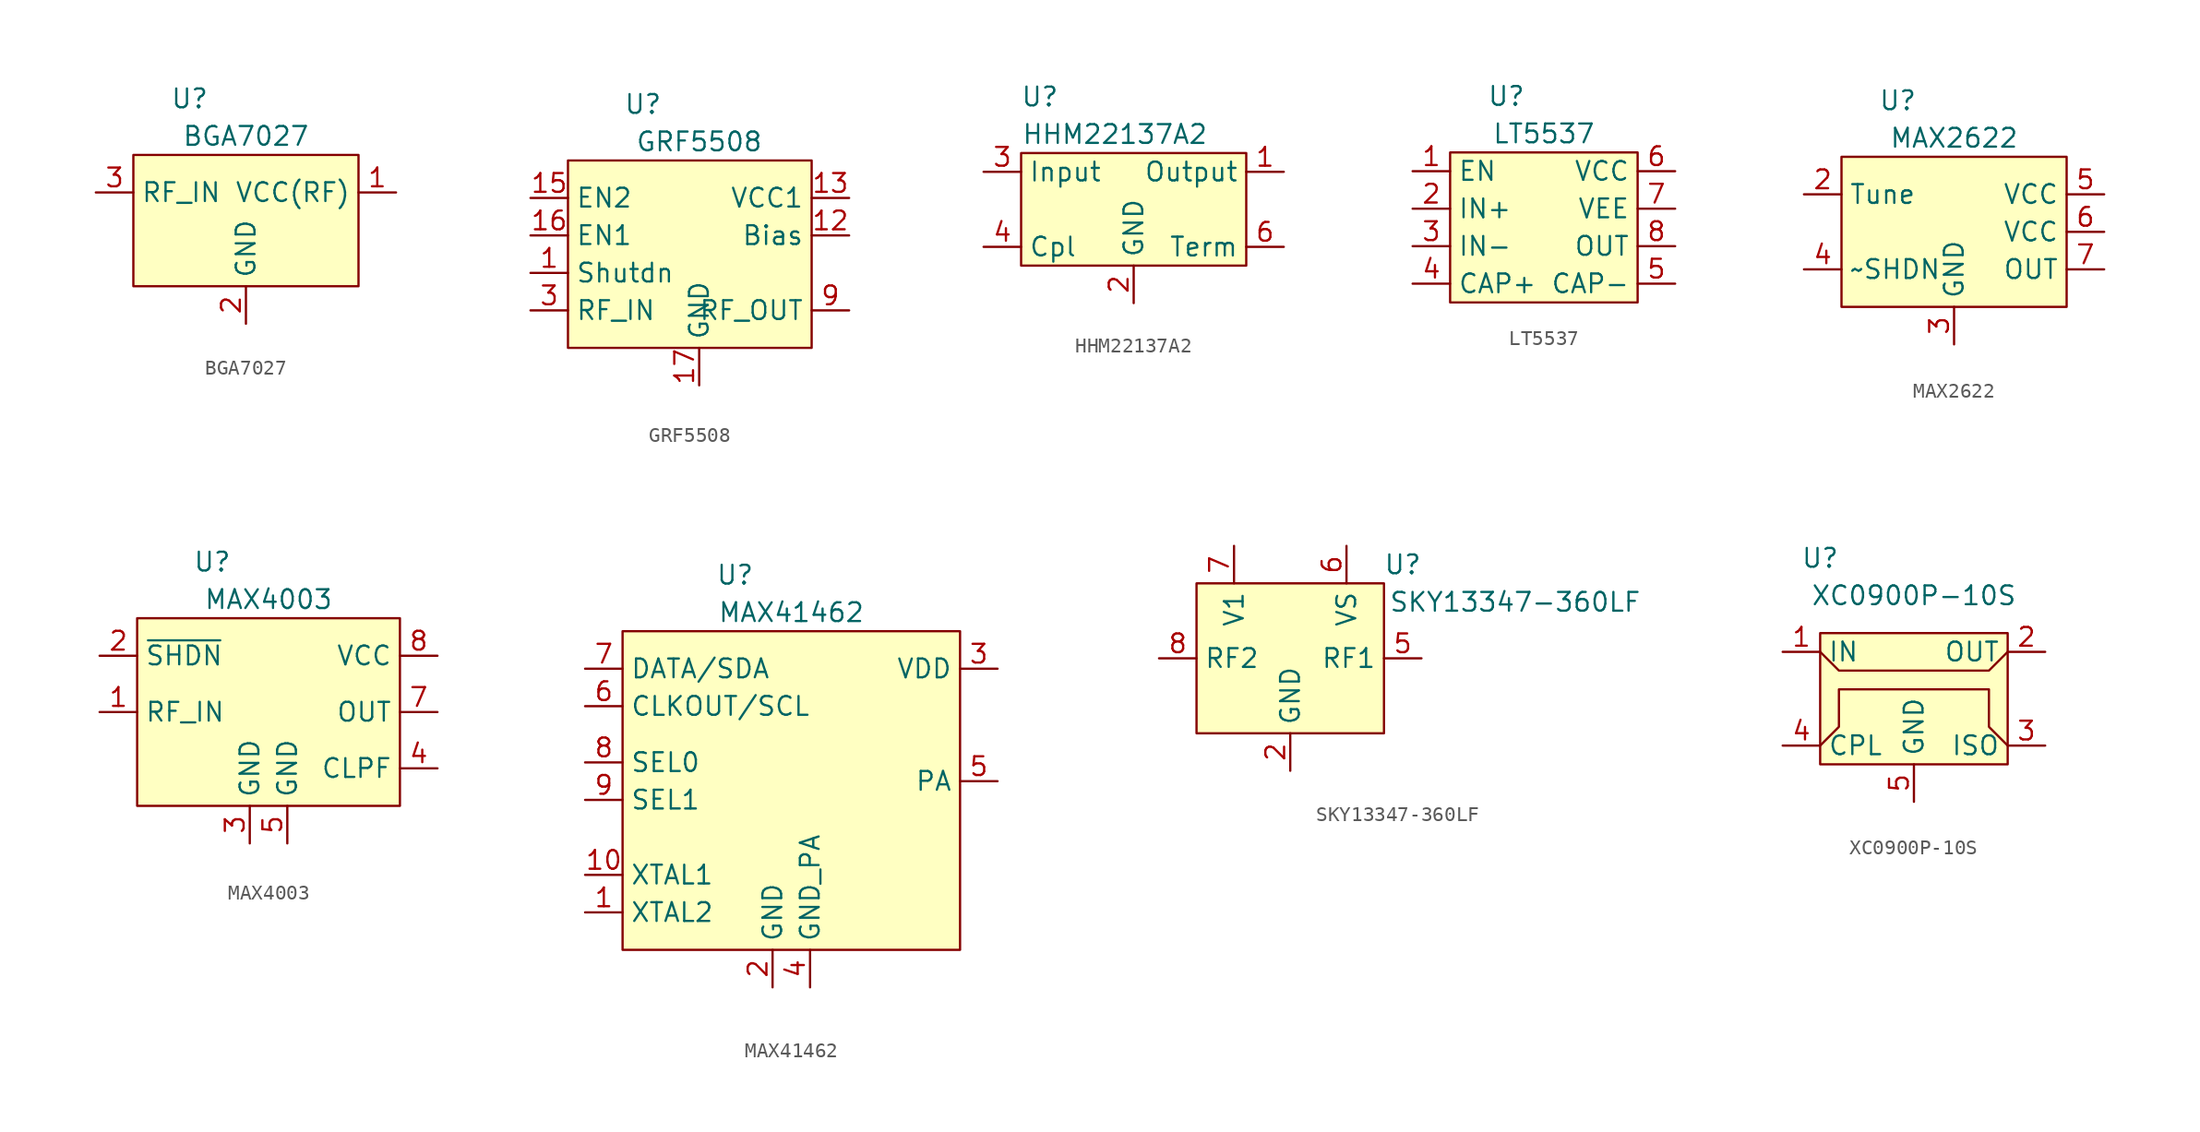
<source format=kicad_sym>
(kicad_symbol_lib
  (version 20211014)
  (generator kicad_symbol_editor)
  (symbol "BGA7027"
    (property "Reference" "U"
      (at -3.81 6.35 0)
      (effects (font (size 1.27 1.27))))
    (property "Value" "BGA7027"
      (at 0 3.81 0)
      (effects (font (size 1.27 1.27))))
    (symbol "BGA7027_0_1"
      (rectangle (start -7.62 2.54) (end 7.62 -6.35) (stroke (width 0) (type default) (color 0 0 0 0)) (fill (type background))))
    (symbol "BGA7027_1_1"
      (pin passive line (at 10.16 0 180) (length 2.54) (name "VCC(RF)" (effects (font (size 1.27 1.27)))) (number "1" (effects (font (size 1.27 1.27)))))
      (pin passive line (at 0 -8.89 90) (length 2.54) (name "GND" (effects (font (size 1.27 1.27)))) (number "2" (effects (font (size 1.27 1.27)))))
      (pin passive line (at -10.16 0 0) (length 2.54) (name "RF_IN" (effects (font (size 1.27 1.27)))) (number "3" (effects (font (size 1.27 1.27)))))))
  (symbol "GRF5508"
    (property "Reference" "U"
      (at -3.81 13.97 0)
      (effects (font (size 1.27 1.27))))
    (property "Value" "GRF5508"
      (at 0 11.43 0)
      (effects (font (size 1.27 1.27))))
    (symbol "GRF5508_0_1"
      (rectangle (start -8.89 10.16) (end 7.62 -2.54) (stroke (width 0) (type default) (color 0 0 0 0)) (fill (type background))))
    (symbol "GRF5508_1_1"
      (pin passive line (at -11.43 2.54 0) (length 2.54) (name "Shutdn" (effects (font (size 1.27 1.27)))) (number "1" (effects (font (size 1.27 1.27)))))
      (pin passive line (at 10.16 0 180) (length 2.54) hide (name "RF_OUT" (effects (font (size 1.27 1.27)))) (number "10" (effects (font (size 1.27 1.27)))))
      (pin passive line (at 0 -5.08 90) (length 2.54) hide (name "GND" (effects (font (size 1.27 1.27)))) (number "11" (effects (font (size 1.27 1.27)))))
      (pin passive line (at 10.16 5.08 180) (length 2.54) (name "Bias" (effects (font (size 1.27 1.27)))) (number "12" (effects (font (size 1.27 1.27)))))
      (pin passive line (at 10.16 7.62 180) (length 2.54) (name "VCC1" (effects (font (size 1.27 1.27)))) (number "13" (effects (font (size 1.27 1.27)))))
      (pin passive line (at 0 -5.08 90) (length 2.54) hide (name "GND" (effects (font (size 1.27 1.27)))) (number "14" (effects (font (size 1.27 1.27)))))
      (pin passive line (at -11.43 7.62 0) (length 2.54) (name "EN2" (effects (font (size 1.27 1.27)))) (number "15" (effects (font (size 1.27 1.27)))))
      (pin passive line (at -11.43 5.08 0) (length 2.54) (name "EN1" (effects (font (size 1.27 1.27)))) (number "16" (effects (font (size 1.27 1.27)))))
      (pin passive line (at 0 -5.08 90) (length 2.54) (name "GND" (effects (font (size 1.27 1.27)))) (number "17" (effects (font (size 1.27 1.27)))))
      (pin passive line (at 0 -5.08 90) (length 2.54) hide (name "GND" (effects (font (size 1.27 1.27)))) (number "2" (effects (font (size 1.27 1.27)))))
      (pin passive line (at -11.43 0 0) (length 2.54) (name "RF_IN" (effects (font (size 1.27 1.27)))) (number "3" (effects (font (size 1.27 1.27)))))
      (pin passive line (at -11.43 0 0) (length 2.54) hide (name "RF_IN" (effects (font (size 1.27 1.27)))) (number "4" (effects (font (size 1.27 1.27)))))
      (pin passive line (at 0 -5.08 90) (length 2.54) hide (name "GND" (effects (font (size 1.27 1.27)))) (number "5" (effects (font (size 1.27 1.27)))))
      (pin passive line (at 0 -5.08 90) (length 2.54) hide (name "GND" (effects (font (size 1.27 1.27)))) (number "6" (effects (font (size 1.27 1.27)))))
      (pin passive line (at 0 -5.08 90) (length 2.54) hide (name "GND" (effects (font (size 1.27 1.27)))) (number "7" (effects (font (size 1.27 1.27)))))
      (pin passive line (at 0 -5.08 90) (length 2.54) hide (name "GND" (effects (font (size 1.27 1.27)))) (number "8" (effects (font (size 1.27 1.27)))))
      (pin passive line (at 10.16 0 180) (length 2.54) (name "RF_OUT" (effects (font (size 1.27 1.27)))) (number "9" (effects (font (size 1.27 1.27)))))))
  (symbol "HHM22137A2"
    (property "Reference" "U"
      (at -6.35 7.62 0)
      (effects (font (size 1.27 1.27))))
    (property "Value" "HHM22137A2"
      (at -1.27 5.08 0)
      (effects (font (size 1.27 1.27))))
    (symbol "HHM22137A2_0_1"
      (rectangle (start -7.62 3.81) (end 7.62 -3.81) (stroke (width 0) (type default) (color 0 0 0 0)) (fill (type background))))
    (symbol "HHM22137A2_1_1"
      (pin passive line (at 10.16 2.54 180) (length 2.54) (name "Output" (effects (font (size 1.27 1.27)))) (number "1" (effects (font (size 1.27 1.27)))))
      (pin passive line (at 0 -6.35 90) (length 2.54) (name "GND" (effects (font (size 1.27 1.27)))) (number "2" (effects (font (size 1.27 1.27)))))
      (pin passive line (at -10.16 2.54 0) (length 2.54) (name "Input" (effects (font (size 1.27 1.27)))) (number "3" (effects (font (size 1.27 1.27)))))
      (pin passive line (at -10.16 -2.54 0) (length 2.54) (name "Cpl" (effects (font (size 1.27 1.27)))) (number "4" (effects (font (size 1.27 1.27)))))
      (pin passive line (at 0 -6.35 90) (length 2.54) hide (name "GND" (effects (font (size 1.27 1.27)))) (number "5" (effects (font (size 1.27 1.27)))))
      (pin passive line (at 10.16 -2.54 180) (length 2.54) (name "Term" (effects (font (size 1.27 1.27)))) (number "6" (effects (font (size 1.27 1.27)))))))
  (symbol "LT5537"
    (property "Reference" "U"
      (at -2.54 8.89 0)
      (effects (font (size 1.27 1.27))))
    (property "Value" "LT5537"
      (at 0 6.35 0)
      (effects (font (size 1.27 1.27))))
    (symbol "LT5537_0_1"
      (rectangle (start -6.35 5.08) (end 6.35 -5.08) (stroke (width 0) (type default) (color 0 0 0 0)) (fill (type background))))
    (symbol "LT5537_1_1"
      (pin passive line (at -8.89 3.81 0) (length 2.54) (name "EN" (effects (font (size 1.27 1.27)))) (number "1" (effects (font (size 1.27 1.27)))))
      (pin passive line (at -8.89 1.27 0) (length 2.54) (name "IN+" (effects (font (size 1.27 1.27)))) (number "2" (effects (font (size 1.27 1.27)))))
      (pin passive line (at -8.89 -1.27 0) (length 2.54) (name "IN-" (effects (font (size 1.27 1.27)))) (number "3" (effects (font (size 1.27 1.27)))))
      (pin passive line (at -8.89 -3.81 0) (length 2.54) (name "CAP+" (effects (font (size 1.27 1.27)))) (number "4" (effects (font (size 1.27 1.27)))))
      (pin passive line (at 8.89 -3.81 180) (length 2.54) (name "CAP-" (effects (font (size 1.27 1.27)))) (number "5" (effects (font (size 1.27 1.27)))))
      (pin passive line (at 8.89 3.81 180) (length 2.54) (name "VCC" (effects (font (size 1.27 1.27)))) (number "6" (effects (font (size 1.27 1.27)))))
      (pin passive line (at 8.89 1.27 180) (length 2.54) (name "VEE" (effects (font (size 1.27 1.27)))) (number "7" (effects (font (size 1.27 1.27)))))
      (pin passive line (at 8.89 -1.27 180) (length 2.54) (name "OUT" (effects (font (size 1.27 1.27)))) (number "8" (effects (font (size 1.27 1.27)))))
      (pin passive line (at 8.89 1.27 180) (length 2.54) hide (name "EP" (effects (font (size 1.27 1.27)))) (number "9" (effects (font (size 1.27 1.27)))))))
  (symbol "MAX2622"
    (property "Reference" "U"
      (at -3.81 10.16 0)
      (effects (font (size 1.27 1.27))))
    (property "Value" "MAX2622"
      (at 0 7.62 0)
      (effects (font (size 1.27 1.27))))
    (symbol "MAX2622_0_1"
      (rectangle (start -7.62 6.35) (end 7.62 -3.81) (stroke (width 0) (type default) (color 0 0 0 0)) (fill (type background))))
    (symbol "MAX2622_1_1"
      (pin no_connect line (at -10.16 1.27 0) (length 2.54) hide (name "NC" (effects (font (size 1.27 1.27)))) (number "1" (effects (font (size 1.27 1.27)))))
      (pin passive line (at -10.16 3.81 0) (length 2.54) (name "Tune" (effects (font (size 1.27 1.27)))) (number "2" (effects (font (size 1.27 1.27)))))
      (pin passive line (at 0 -6.35 90) (length 2.54) (name "GND" (effects (font (size 1.27 1.27)))) (number "3" (effects (font (size 1.27 1.27)))))
      (pin passive line (at -10.16 -1.27 0) (length 2.54) (name "~SHDN" (effects (font (size 1.27 1.27)))) (number "4" (effects (font (size 1.27 1.27)))))
      (pin passive line (at 10.16 3.81 180) (length 2.54) (name "VCC" (effects (font (size 1.27 1.27)))) (number "5" (effects (font (size 1.27 1.27)))))
      (pin passive line (at 10.16 1.27 180) (length 2.54) (name "VCC" (effects (font (size 1.27 1.27)))) (number "6" (effects (font (size 1.27 1.27)))))
      (pin passive line (at 10.16 -1.27 180) (length 2.54) (name "OUT" (effects (font (size 1.27 1.27)))) (number "7" (effects (font (size 1.27 1.27)))))
      (pin passive line (at 0 -6.35 90) (length 2.54) hide (name "GND" (effects (font (size 1.27 1.27)))) (number "8" (effects (font (size 1.27 1.27)))))))
  (symbol "MAX4003"
    (property "Reference" "U"
      (at -3.81 10.16 0)
      (effects (font (size 1.27 1.27))))
    (property "Value" "MAX4003"
      (at 0 7.62 0)
      (effects (font (size 1.27 1.27))))
    (symbol "MAX4003_0_1"
      (rectangle (start -8.89 6.35) (end 8.89 -6.35) (stroke (width 0) (type default) (color 0 0 0 0)) (fill (type background))))
    (symbol "MAX4003_1_1"
      (pin passive line (at -11.43 0 0) (length 2.54) (name "RF_IN" (effects (font (size 1.27 1.27)))) (number "1" (effects (font (size 1.27 1.27)))))
      (pin passive line (at -11.43 3.81 0) (length 2.54) (name "~{SHDN}" (effects (font (size 1.27 1.27)))) (number "2" (effects (font (size 1.27 1.27)))))
      (pin passive line (at -1.27 -8.89 90) (length 2.54) (name "GND" (effects (font (size 1.27 1.27)))) (number "3" (effects (font (size 1.27 1.27)))))
      (pin passive line (at 11.43 -3.81 180) (length 2.54) (name "CLPF" (effects (font (size 1.27 1.27)))) (number "4" (effects (font (size 1.27 1.27)))))
      (pin passive line (at 1.27 -8.89 90) (length 2.54) (name "GND" (effects (font (size 1.27 1.27)))) (number "5" (effects (font (size 1.27 1.27)))))
      (pin no_connect line (at -3.81 -8.89 90) (length 2.54) hide (name "NC" (effects (font (size 1.27 1.27)))) (number "6" (effects (font (size 1.27 1.27)))))
      (pin passive line (at 11.43 0 180) (length 2.54) (name "OUT" (effects (font (size 1.27 1.27)))) (number "7" (effects (font (size 1.27 1.27)))))
      (pin passive line (at 11.43 3.81 180) (length 2.54) (name "VCC" (effects (font (size 1.27 1.27)))) (number "8" (effects (font (size 1.27 1.27)))))))
  (symbol "MAX41462"
    (property "Reference" "U"
      (at -3.81 13.97 0)
      (effects (font (size 1.27 1.27))))
    (property "Value" "MAX41462"
      (at 0 11.43 0)
      (effects (font (size 1.27 1.27))))
    (symbol "MAX41462_0_1"
      (rectangle (start -11.43 10.16) (end 11.43 -11.43) (stroke (width 0) (type default) (color 0 0 0 0)) (fill (type background))))
    (symbol "MAX41462_1_1"
      (pin passive line (at -13.97 -8.89 0) (length 2.54) (name "XTAL2" (effects (font (size 1.27 1.27)))) (number "1" (effects (font (size 1.27 1.27)))))
      (pin passive line (at -13.97 -6.35 0) (length 2.54) (name "XTAL1" (effects (font (size 1.27 1.27)))) (number "10" (effects (font (size 1.27 1.27)))))
      (pin passive line (at -1.27 -13.97 90) (length 2.54) (name "GND" (effects (font (size 1.27 1.27)))) (number "2" (effects (font (size 1.27 1.27)))))
      (pin passive line (at 13.97 7.62 180) (length 2.54) (name "VDD" (effects (font (size 1.27 1.27)))) (number "3" (effects (font (size 1.27 1.27)))))
      (pin passive line (at 1.27 -13.97 90) (length 2.54) (name "GND_PA" (effects (font (size 1.27 1.27)))) (number "4" (effects (font (size 1.27 1.27)))))
      (pin passive line (at 13.97 0 180) (length 2.54) (name "PA" (effects (font (size 1.27 1.27)))) (number "5" (effects (font (size 1.27 1.27)))))
      (pin passive line (at -13.97 5.08 0) (length 2.54) (name "CLKOUT/SCL" (effects (font (size 1.27 1.27)))) (number "6" (effects (font (size 1.27 1.27)))))
      (pin passive line (at -13.97 7.62 0) (length 2.54) (name "DATA/SDA" (effects (font (size 1.27 1.27)))) (number "7" (effects (font (size 1.27 1.27)))))
      (pin passive line (at -13.97 1.27 0) (length 2.54) (name "SEL0" (effects (font (size 1.27 1.27)))) (number "8" (effects (font (size 1.27 1.27)))))
      (pin passive line (at -13.97 -1.27 0) (length 2.54) (name "SEL1" (effects (font (size 1.27 1.27)))) (number "9" (effects (font (size 1.27 1.27)))))))
  (symbol "SKY13347-360LF"
    (property "Reference" "U"
      (at 7.62 6.35 0)
      (effects (font (size 1.27 1.27))))
    (property "Value" "SKY13347-360LF"
      (at 15.24 3.81 0)
      (effects (font (size 1.27 1.27))))
    (symbol "SKY13347-360LF_0_1"
      (rectangle (start -6.35 5.08) (end 6.35 -5.08) (stroke (width 0) (type default) (color 0 0 0 0)) (fill (type background))))
    (symbol "SKY13347-360LF_1_1"
      (pin no_connect line (at -3.81 -7.62 90) (length 2.54) hide (name "NC" (effects (font (size 1.27 1.27)))) (number "1" (effects (font (size 1.27 1.27)))))
      (pin passive line (at 0 -7.62 90) (length 2.54) (name "GND" (effects (font (size 1.27 1.27)))) (number "2" (effects (font (size 1.27 1.27)))))
      (pin passive line (at 0 -7.62 90) (length 2.54) hide (name "GND" (effects (font (size 1.27 1.27)))) (number "3" (effects (font (size 1.27 1.27)))))
      (pin no_connect line (at 3.81 -7.62 90) (length 2.54) hide (name "NC" (effects (font (size 1.27 1.27)))) (number "4" (effects (font (size 1.27 1.27)))))
      (pin passive line (at 8.89 0 180) (length 2.54) (name "RF1" (effects (font (size 1.27 1.27)))) (number "5" (effects (font (size 1.27 1.27)))))
      (pin passive line (at 3.81 7.62 270) (length 2.54) (name "VS" (effects (font (size 1.27 1.27)))) (number "6" (effects (font (size 1.27 1.27)))))
      (pin passive line (at -3.81 7.62 270) (length 2.54) (name "V1" (effects (font (size 1.27 1.27)))) (number "7" (effects (font (size 1.27 1.27)))))
      (pin passive line (at -8.89 0 0) (length 2.54) (name "RF2" (effects (font (size 1.27 1.27)))) (number "8" (effects (font (size 1.27 1.27)))))))
  (symbol "XC0900P-10S"
    (property "Reference" "U"
      (at -6.35 6.35 0)
      (effects (font (size 1.27 1.27))))
    (property "Value" "XC0900P-10S"
      (at 0 3.81 0)
      (effects (font (size 1.27 1.27))))
    (symbol "XC0900P-10S_0_1"
      (rectangle (start -6.35 1.27) (end 6.35 -7.62) (stroke (width 0) (type default) (color 0 0 0 0)) (fill (type background)))
      (polyline (pts (xy -6.35 0) (xy -5.08 -1.27) (xy 5.08 -1.27) (xy 6.35 0)) (stroke (width 0) (type default) (color 0 0 0 0)) (fill (type none)))
      (polyline (pts (xy -6.35 -6.35) (xy -5.08 -5.08) (xy -5.08 -2.54) (xy 5.08 -2.54) (xy 5.08 -5.08) (xy 6.35 -6.35)) (stroke (width 0) (type default) (color 0 0 0 0)) (fill (type none))))
    (symbol "XC0900P-10S_1_1"
      (pin passive line (at -8.89 0 0) (length 2.54) (name "IN" (effects (font (size 1.27 1.27)))) (number "1" (effects (font (size 1.27 1.27)))))
      (pin passive line (at 8.89 0 180) (length 2.54) (name "OUT" (effects (font (size 1.27 1.27)))) (number "2" (effects (font (size 1.27 1.27)))))
      (pin passive line (at 8.89 -6.35 180) (length 2.54) (name "ISO" (effects (font (size 1.27 1.27)))) (number "3" (effects (font (size 1.27 1.27)))))
      (pin passive line (at -8.89 -6.35 0) (length 2.54) (name "CPL" (effects (font (size 1.27 1.27)))) (number "4" (effects (font (size 1.27 1.27)))))
      (pin passive line (at 0 -10.16 90) (length 2.54) (name "GND" (effects (font (size 1.27 1.27)))) (number "5" (effects (font (size 1.27 1.27))))))))
</source>
